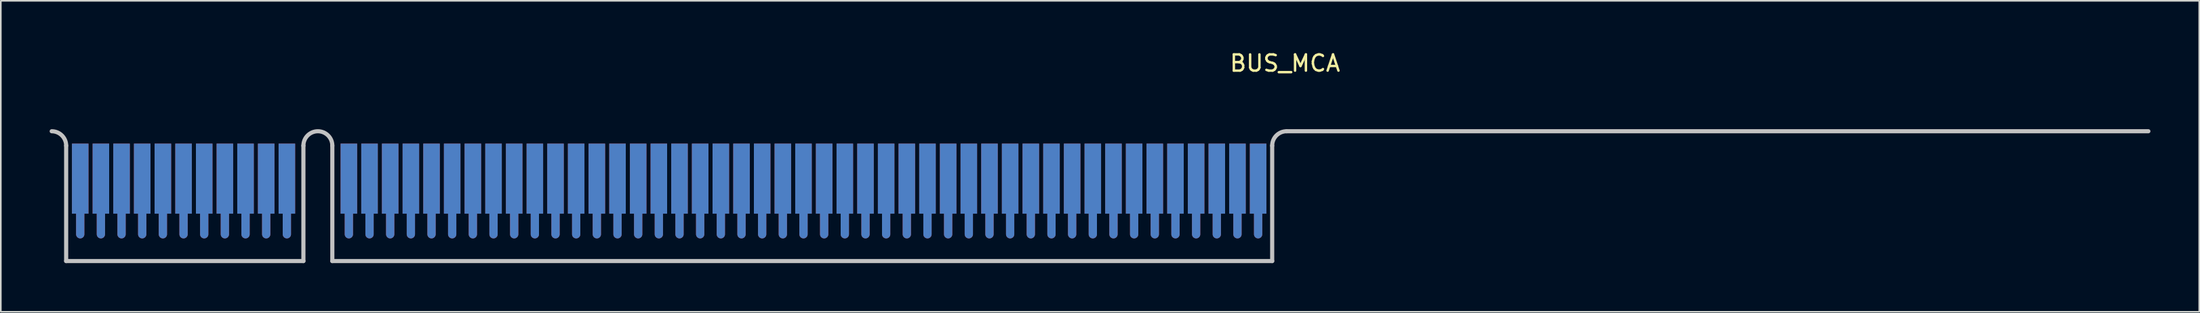
<source format=kicad_pcb>
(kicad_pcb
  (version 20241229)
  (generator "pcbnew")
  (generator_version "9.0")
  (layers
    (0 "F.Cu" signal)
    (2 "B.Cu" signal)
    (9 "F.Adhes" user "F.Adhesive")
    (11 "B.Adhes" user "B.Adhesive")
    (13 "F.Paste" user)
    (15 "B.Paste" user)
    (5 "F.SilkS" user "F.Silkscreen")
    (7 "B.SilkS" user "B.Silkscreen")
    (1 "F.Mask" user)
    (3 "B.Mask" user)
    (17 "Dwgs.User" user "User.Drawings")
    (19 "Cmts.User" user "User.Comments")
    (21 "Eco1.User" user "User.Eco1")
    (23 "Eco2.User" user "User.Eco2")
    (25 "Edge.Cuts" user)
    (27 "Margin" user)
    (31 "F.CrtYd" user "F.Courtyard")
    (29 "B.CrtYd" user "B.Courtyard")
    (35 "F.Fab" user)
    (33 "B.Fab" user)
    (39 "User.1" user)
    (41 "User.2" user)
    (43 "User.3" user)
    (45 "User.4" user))
  (footprint "BUS_MCA"
    (layer "F.Cu")
    (at 74.27 7.96)
    (property "Reference" "BUS_MCA" (at 1.651 -7.112 0) (layer "F.SilkS") (effects (font (size 1 1) (thickness 0.15))))
    (attr through_hole)
    (fp_line (start -72.39 0) (end -72.39 3.429) (stroke (width 0.508) (type solid)) (layer "F.Cu"))
    (fp_line (start -71.12 0) (end -71.12 3.429) (stroke (width 0.508) (type solid)) (layer "F.Cu"))
    (fp_line (start -69.85 0) (end -69.85 3.429) (stroke (width 0.508) (type solid)) (layer "F.Cu"))
    (fp_line (start -68.58 0) (end -68.58 3.429) (stroke (width 0.508) (type solid)) (layer "F.Cu"))
    (fp_line (start -67.31 0) (end -67.31 3.429) (stroke (width 0.508) (type solid)) (layer "F.Cu"))
    (fp_line (start -66.04 0) (end -66.04 3.429) (stroke (width 0.508) (type solid)) (layer "F.Cu"))
    (fp_line (start -64.77 0) (end -64.77 3.429) (stroke (width 0.508) (type solid)) (layer "F.Cu"))
    (fp_line (start -63.5 0) (end -63.5 3.429) (stroke (width 0.508) (type solid)) (layer "F.Cu"))
    (fp_line (start -62.23 0) (end -62.23 3.429) (stroke (width 0.508) (type solid)) (layer "F.Cu"))
    (fp_line (start -60.96 0) (end -60.96 3.429) (stroke (width 0.508) (type solid)) (layer "F.Cu"))
    (fp_line (start -59.69 0) (end -59.69 3.429) (stroke (width 0.508) (type solid)) (layer "F.Cu"))
    (fp_line (start -55.88 0) (end -55.88 3.429) (stroke (width 0.508) (type solid)) (layer "F.Cu"))
    (fp_line (start -54.61 0) (end -54.61 3.429) (stroke (width 0.508) (type solid)) (layer "F.Cu"))
    (fp_line (start -53.34 0) (end -53.34 3.429) (stroke (width 0.508) (type solid)) (layer "F.Cu"))
    (fp_line (start -52.07 0) (end -52.07 3.429) (stroke (width 0.508) (type solid)) (layer "F.Cu"))
    (fp_line (start -50.8 0) (end -50.8 3.429) (stroke (width 0.508) (type solid)) (layer "F.Cu"))
    (fp_line (start -49.53 0) (end -49.53 3.429) (stroke (width 0.508) (type solid)) (layer "F.Cu"))
    (fp_line (start -48.26 0) (end -48.26 3.429) (stroke (width 0.508) (type solid)) (layer "F.Cu"))
    (fp_line (start -46.99 0) (end -46.99 3.429) (stroke (width 0.508) (type solid)) (layer "F.Cu"))
    (fp_line (start -45.72 0) (end -45.72 3.429) (stroke (width 0.508) (type solid)) (layer "F.Cu"))
    (fp_line (start -44.45 0) (end -44.45 3.429) (stroke (width 0.508) (type solid)) (layer "F.Cu"))
    (fp_line (start -43.18 0) (end -43.18 3.429) (stroke (width 0.508) (type solid)) (layer "F.Cu"))
    (fp_line (start -41.91 0) (end -41.91 3.429) (stroke (width 0.508) (type solid)) (layer "F.Cu"))
    (fp_line (start -40.64 0) (end -40.64 3.429) (stroke (width 0.508) (type solid)) (layer "F.Cu"))
    (fp_line (start -39.37 0) (end -39.37 3.429) (stroke (width 0.508) (type solid)) (layer "F.Cu"))
    (fp_line (start -38.1 0) (end -38.1 3.429) (stroke (width 0.508) (type solid)) (layer "F.Cu"))
    (fp_line (start -36.83 0) (end -36.83 3.429) (stroke (width 0.508) (type solid)) (layer "F.Cu"))
    (fp_line (start -35.56 0) (end -35.56 3.429) (stroke (width 0.508) (type solid)) (layer "F.Cu"))
    (fp_line (start -34.29 0) (end -34.29 3.429) (stroke (width 0.508) (type solid)) (layer "F.Cu"))
    (fp_line (start -33.02 0) (end -33.02 3.429) (stroke (width 0.508) (type solid)) (layer "F.Cu"))
    (fp_line (start -31.75 0) (end -31.75 3.429) (stroke (width 0.508) (type solid)) (layer "F.Cu"))
    (fp_line (start -30.48 0) (end -30.48 3.429) (stroke (width 0.508) (type solid)) (layer "F.Cu"))
    (fp_line (start -29.21 0) (end -29.21 3.429) (stroke (width 0.508) (type solid)) (layer "F.Cu"))
    (fp_line (start -27.94 0) (end -27.94 3.429) (stroke (width 0.508) (type solid)) (layer "F.Cu"))
    (fp_line (start -26.67 0) (end -26.67 3.429) (stroke (width 0.508) (type solid)) (layer "F.Cu"))
    (fp_line (start -25.4 0) (end -25.4 3.429) (stroke (width 0.508) (type solid)) (layer "F.Cu"))
    (fp_line (start -24.13 0) (end -24.13 3.429) (stroke (width 0.508) (type solid)) (layer "F.Cu"))
    (fp_line (start -22.86 0) (end -22.86 3.429) (stroke (width 0.508) (type solid)) (layer "F.Cu"))
    (fp_line (start -21.59 0) (end -21.59 3.429) (stroke (width 0.508) (type solid)) (layer "F.Cu"))
    (fp_line (start -20.32 0) (end -20.32 3.429) (stroke (width 0.508) (type solid)) (layer "F.Cu"))
    (fp_line (start -19.05 0) (end -19.05 3.429) (stroke (width 0.508) (type solid)) (layer "F.Cu"))
    (fp_line (start -17.78 0) (end -17.78 3.429) (stroke (width 0.508) (type solid)) (layer "F.Cu"))
    (fp_line (start -16.51 0) (end -16.51 3.429) (stroke (width 0.508) (type solid)) (layer "F.Cu"))
    (fp_line (start -15.24 0) (end -15.24 3.429) (stroke (width 0.508) (type solid)) (layer "F.Cu"))
    (fp_line (start -13.97 0) (end -13.97 3.429) (stroke (width 0.508) (type solid)) (layer "F.Cu"))
    (fp_line (start -12.7 0) (end -12.7 3.429) (stroke (width 0.508) (type solid)) (layer "F.Cu"))
    (fp_line (start -11.43 0) (end -11.43 3.429) (stroke (width 0.508) (type solid)) (layer "F.Cu"))
    (fp_line (start -10.16 0) (end -10.16 3.429) (stroke (width 0.508) (type solid)) (layer "F.Cu"))
    (fp_line (start -8.89 0) (end -8.89 3.429) (stroke (width 0.508) (type solid)) (layer "F.Cu"))
    (fp_line (start -7.62 0) (end -7.62 3.429) (stroke (width 0.508) (type solid)) (layer "F.Cu"))
    (fp_line (start -6.35 0) (end -6.35 3.429) (stroke (width 0.508) (type solid)) (layer "F.Cu"))
    (fp_line (start -5.08 0) (end -5.08 3.429) (stroke (width 0.508) (type solid)) (layer "F.Cu"))
    (fp_line (start -3.81 0) (end -3.81 3.429) (stroke (width 0.508) (type solid)) (layer "F.Cu"))
    (fp_line (start -2.54 0) (end -2.54 3.429) (stroke (width 0.508) (type solid)) (layer "F.Cu"))
    (fp_line (start -1.27 0) (end -1.27 3.429) (stroke (width 0.508) (type solid)) (layer "F.Cu"))
    (fp_line (start 0 0) (end 0 3.429) (stroke (width 0.508) (type solid)) (layer "F.Cu"))
    (fp_line (start -72.39 0) (end -72.39 3.429) (stroke (width 0.508) (type solid)) (layer "B.Cu"))
    (fp_line (start -71.12 0) (end -71.12 3.429) (stroke (width 0.508) (type solid)) (layer "B.Cu"))
    (fp_line (start -69.85 0) (end -69.85 3.429) (stroke (width 0.508) (type solid)) (layer "B.Cu"))
    (fp_line (start -68.58 0) (end -68.58 3.429) (stroke (width 0.508) (type solid)) (layer "B.Cu"))
    (fp_line (start -67.31 0) (end -67.31 3.429) (stroke (width 0.508) (type solid)) (layer "B.Cu"))
    (fp_line (start -66.04 0) (end -66.04 3.429) (stroke (width 0.508) (type solid)) (layer "B.Cu"))
    (fp_line (start -64.77 0) (end -64.77 3.429) (stroke (width 0.508) (type solid)) (layer "B.Cu"))
    (fp_line (start -63.5 0) (end -63.5 3.429) (stroke (width 0.508) (type solid)) (layer "B.Cu"))
    (fp_line (start -62.23 0) (end -62.23 3.429) (stroke (width 0.508) (type solid)) (layer "B.Cu"))
    (fp_line (start -60.96 0) (end -60.96 3.429) (stroke (width 0.508) (type solid)) (layer "B.Cu"))
    (fp_line (start -59.69 0) (end -59.69 3.429) (stroke (width 0.508) (type solid)) (layer "B.Cu"))
    (fp_line (start -55.88 0) (end -55.88 3.429) (stroke (width 0.508) (type solid)) (layer "B.Cu"))
    (fp_line (start -54.61 0) (end -54.61 3.429) (stroke (width 0.508) (type solid)) (layer "B.Cu"))
    (fp_line (start -53.34 0) (end -53.34 3.429) (stroke (width 0.508) (type solid)) (layer "B.Cu"))
    (fp_line (start -52.07 0) (end -52.07 3.429) (stroke (width 0.508) (type solid)) (layer "B.Cu"))
    (fp_line (start -50.8 0) (end -50.8 3.429) (stroke (width 0.508) (type solid)) (layer "B.Cu"))
    (fp_line (start -49.53 0) (end -49.53 3.429) (stroke (width 0.508) (type solid)) (layer "B.Cu"))
    (fp_line (start -48.26 0) (end -48.26 3.429) (stroke (width 0.508) (type solid)) (layer "B.Cu"))
    (fp_line (start -46.99 0) (end -46.99 3.429) (stroke (width 0.508) (type solid)) (layer "B.Cu"))
    (fp_line (start -45.72 0) (end -45.72 3.429) (stroke (width 0.508) (type solid)) (layer "B.Cu"))
    (fp_line (start -44.45 0) (end -44.45 3.429) (stroke (width 0.508) (type solid)) (layer "B.Cu"))
    (fp_line (start -43.18 0) (end -43.18 3.429) (stroke (width 0.508) (type solid)) (layer "B.Cu"))
    (fp_line (start -41.91 0) (end -41.91 3.429) (stroke (width 0.508) (type solid)) (layer "B.Cu"))
    (fp_line (start -40.64 0) (end -40.64 3.429) (stroke (width 0.508) (type solid)) (layer "B.Cu"))
    (fp_line (start -39.37 0) (end -39.37 3.429) (stroke (width 0.508) (type solid)) (layer "B.Cu"))
    (fp_line (start -38.1 0) (end -38.1 3.429) (stroke (width 0.508) (type solid)) (layer "B.Cu"))
    (fp_line (start -36.83 0) (end -36.83 3.429) (stroke (width 0.508) (type solid)) (layer "B.Cu"))
    (fp_line (start -35.56 0) (end -35.56 3.429) (stroke (width 0.508) (type solid)) (layer "B.Cu"))
    (fp_line (start -34.29 0) (end -34.29 3.429) (stroke (width 0.508) (type solid)) (layer "B.Cu"))
    (fp_line (start -33.02 0) (end -33.02 3.429) (stroke (width 0.508) (type solid)) (layer "B.Cu"))
    (fp_line (start -31.75 0) (end -31.75 3.429) (stroke (width 0.508) (type solid)) (layer "B.Cu"))
    (fp_line (start -30.48 0) (end -30.48 3.429) (stroke (width 0.508) (type solid)) (layer "B.Cu"))
    (fp_line (start -29.21 0) (end -29.21 3.429) (stroke (width 0.508) (type solid)) (layer "B.Cu"))
    (fp_line (start -27.94 0) (end -27.94 3.429) (stroke (width 0.508) (type solid)) (layer "B.Cu"))
    (fp_line (start -26.67 0) (end -26.67 3.429) (stroke (width 0.508) (type solid)) (layer "B.Cu"))
    (fp_line (start -25.4 0) (end -25.4 3.429) (stroke (width 0.508) (type solid)) (layer "B.Cu"))
    (fp_line (start -24.13 0) (end -24.13 3.429) (stroke (width 0.508) (type solid)) (layer "B.Cu"))
    (fp_line (start -22.86 0) (end -22.86 3.429) (stroke (width 0.508) (type solid)) (layer "B.Cu"))
    (fp_line (start -21.59 0) (end -21.59 3.429) (stroke (width 0.508) (type solid)) (layer "B.Cu"))
    (fp_line (start -20.32 0) (end -20.32 3.429) (stroke (width 0.508) (type solid)) (layer "B.Cu"))
    (fp_line (start -19.05 0) (end -19.05 3.429) (stroke (width 0.508) (type solid)) (layer "B.Cu"))
    (fp_line (start -17.78 0) (end -17.78 3.429) (stroke (width 0.508) (type solid)) (layer "B.Cu"))
    (fp_line (start -16.51 0) (end -16.51 3.429) (stroke (width 0.508) (type solid)) (layer "B.Cu"))
    (fp_line (start -15.24 0) (end -15.24 3.429) (stroke (width 0.508) (type solid)) (layer "B.Cu"))
    (fp_line (start -13.97 0) (end -13.97 3.429) (stroke (width 0.508) (type solid)) (layer "B.Cu"))
    (fp_line (start -12.7 0) (end -12.7 3.429) (stroke (width 0.508) (type solid)) (layer "B.Cu"))
    (fp_line (start -11.43 0) (end -11.43 3.429) (stroke (width 0.508) (type solid)) (layer "B.Cu"))
    (fp_line (start -10.16 0) (end -10.16 3.429) (stroke (width 0.508) (type solid)) (layer "B.Cu"))
    (fp_line (start -8.89 0) (end -8.89 3.429) (stroke (width 0.508) (type solid)) (layer "B.Cu"))
    (fp_line (start -7.62 0) (end -7.62 3.429) (stroke (width 0.508) (type solid)) (layer "B.Cu"))
    (fp_line (start -6.35 0) (end -6.35 3.429) (stroke (width 0.508) (type solid)) (layer "B.Cu"))
    (fp_line (start -5.08 0) (end -5.08 3.429) (stroke (width 0.508) (type solid)) (layer "B.Cu"))
    (fp_line (start -3.81 0) (end -3.81 3.429) (stroke (width 0.508) (type solid)) (layer "B.Cu"))
    (fp_line (start -2.54 0) (end -2.54 3.429) (stroke (width 0.508) (type solid)) (layer "B.Cu"))
    (fp_line (start -1.27 0) (end -1.27 3.429) (stroke (width 0.508) (type solid)) (layer "B.Cu"))
    (fp_line (start 0 0) (end 0 3.429) (stroke (width 0.508) (type solid)) (layer "B.Cu"))
    (fp_line (start -73.254 -2.032) (end -73.254 5.08) (stroke (width 0.254) (type solid)) (layer "Dwgs.User"))
    (fp_line (start -58.674 -2.032) (end -58.674 5.08) (stroke (width 0.254) (type solid)) (layer "Dwgs.User"))
    (fp_line (start -58.674 5.08) (end -73.254 5.08) (stroke (width 0.254) (type solid)) (layer "Dwgs.User"))
    (fp_line (start -56.896 -2.032) (end -56.896 5.08) (stroke (width 0.254) (type solid)) (layer "Dwgs.User"))
    (fp_line (start 0.864 -2.032) (end 0.864 5.08) (stroke (width 0.254) (type solid)) (layer "Dwgs.User"))
    (fp_line (start 0.864 5.08) (end -56.896 5.08) (stroke (width 0.254) (type solid)) (layer "Dwgs.User"))
    (fp_line (start 1.753 -2.921) (end 54.712 -2.921) (stroke (width 0.254) (type solid)) (layer "Dwgs.User"))
    (fp_arc (start -74.1426 -2.921) (mid -73.513982 -2.660618) (end -73.2536 -2.032) (stroke (width 0.254) (type solid)) (layer "Dwgs.User"))
    (fp_arc (start -58.674 -2.032) (mid -57.785 -2.921) (end -56.896 -2.032) (stroke (width 0.254) (type solid)) (layer "Dwgs.User"))
    (fp_arc (start 0.8636 -2.032) (mid 1.123434 -2.660069) (end 1.751048 -2.920999) (stroke (width 0.254) (type solid)) (layer "Dwgs.User"))
    (pad "A1" smd rect (at 0 0) (size 1.016 4.318) (layers "F.Cu" "F.Mask" "F.Paste"))
    (pad "A2" smd rect (at -1.27 0) (size 1.016 4.318) (layers "F.Cu" "F.Mask" "F.Paste"))
    (pad "A3" smd rect (at -2.54 0) (size 1.016 4.318) (layers "F.Cu" "F.Mask" "F.Paste"))
    (pad "A4" smd rect (at -3.81 0) (size 1.016 4.318) (layers "F.Cu" "F.Mask" "F.Paste"))
    (pad "A5" smd rect (at -5.08 0) (size 1.016 4.318) (layers "F.Cu" "F.Mask" "F.Paste"))
    (pad "A6" smd rect (at -6.35 0) (size 1.016 4.318) (layers "F.Cu" "F.Mask" "F.Paste"))
    (pad "A7" smd rect (at -7.62 0) (size 1.016 4.318) (layers "F.Cu" "F.Mask" "F.Paste"))
    (pad "A8" smd rect (at -8.89 0) (size 1.016 4.318) (layers "F.Cu" "F.Mask" "F.Paste"))
    (pad "A9" smd rect (at -10.16 0) (size 1.016 4.318) (layers "F.Cu" "F.Mask" "F.Paste"))
    (pad "A10" smd rect (at -11.43 0) (size 1.016 4.318) (layers "F.Cu" "F.Mask" "F.Paste"))
    (pad "A11" smd rect (at -12.7 0) (size 1.016 4.318) (layers "F.Cu" "F.Mask" "F.Paste"))
    (pad "A12" smd rect (at -13.97 0) (size 1.016 4.318) (layers "F.Cu" "F.Mask" "F.Paste"))
    (pad "A13" smd rect (at -15.24 0) (size 1.016 4.318) (layers "F.Cu" "F.Mask" "F.Paste"))
    (pad "A14" smd rect (at -16.51 0) (size 1.016 4.318) (layers "F.Cu" "F.Mask" "F.Paste"))
    (pad "A15" smd rect (at -17.78 0) (size 1.016 4.318) (layers "F.Cu" "F.Mask" "F.Paste"))
    (pad "A16" smd rect (at -19.05 0) (size 1.016 4.318) (layers "F.Cu" "F.Mask" "F.Paste"))
    (pad "A17" smd rect (at -20.32 0) (size 1.016 4.318) (layers "F.Cu" "F.Mask" "F.Paste"))
    (pad "A18" smd rect (at -21.59 0) (size 1.016 4.318) (layers "F.Cu" "F.Mask" "F.Paste"))
    (pad "A19" smd rect (at -22.86 0) (size 1.016 4.318) (layers "F.Cu" "F.Mask" "F.Paste"))
    (pad "A20" smd rect (at -24.13 0) (size 1.016 4.318) (layers "F.Cu" "F.Mask" "F.Paste"))
    (pad "A21" smd rect (at -25.4 0) (size 1.016 4.318) (layers "F.Cu" "F.Mask" "F.Paste"))
    (pad "A22" smd rect (at -26.67 0) (size 1.016 4.318) (layers "F.Cu" "F.Mask" "F.Paste"))
    (pad "A23" smd rect (at -27.94 0) (size 1.016 4.318) (layers "F.Cu" "F.Mask" "F.Paste"))
    (pad "A24" smd rect (at -29.21 0) (size 1.016 4.318) (layers "F.Cu" "F.Mask" "F.Paste"))
    (pad "A25" smd rect (at -30.48 0) (size 1.016 4.318) (layers "F.Cu" "F.Mask" "F.Paste"))
    (pad "A26" smd rect (at -31.75 0) (size 1.016 4.318) (layers "F.Cu" "F.Mask" "F.Paste"))
    (pad "A27" smd rect (at -33.02 0) (size 1.016 4.318) (layers "F.Cu" "F.Mask" "F.Paste"))
    (pad "A28" smd rect (at -34.29 0) (size 1.016 4.318) (layers "F.Cu" "F.Mask" "F.Paste"))
    (pad "A29" smd rect (at -35.56 0) (size 1.016 4.318) (layers "F.Cu" "F.Mask" "F.Paste"))
    (pad "A30" smd rect (at -36.83 0) (size 1.016 4.318) (layers "F.Cu" "F.Mask" "F.Paste"))
    (pad "A31" smd rect (at -38.1 0) (size 1.016 4.318) (layers "F.Cu" "F.Mask" "F.Paste"))
    (pad "A32" smd rect (at -39.37 0) (size 1.016 4.318) (layers "F.Cu" "F.Mask" "F.Paste"))
    (pad "A33" smd rect (at -40.64 0) (size 1.016 4.318) (layers "F.Cu" "F.Mask" "F.Paste"))
    (pad "A34" smd rect (at -41.91 0) (size 1.016 4.318) (layers "F.Cu" "F.Mask" "F.Paste"))
    (pad "A35" smd rect (at -43.18 0) (size 1.016 4.318) (layers "F.Cu" "F.Mask" "F.Paste"))
    (pad "A36" smd rect (at -44.45 0) (size 1.016 4.318) (layers "F.Cu" "F.Mask" "F.Paste"))
    (pad "A37" smd rect (at -45.72 0) (size 1.016 4.318) (layers "F.Cu" "F.Mask" "F.Paste"))
    (pad "A38" smd rect (at -46.99 0) (size 1.016 4.318) (layers "F.Cu" "F.Mask" "F.Paste"))
    (pad "A39" smd rect (at -48.26 0) (size 1.016 4.318) (layers "F.Cu" "F.Mask" "F.Paste"))
    (pad "A40" smd rect (at -49.53 0) (size 1.016 4.318) (layers "F.Cu" "F.Mask" "F.Paste"))
    (pad "A41" smd rect (at -50.8 0) (size 1.016 4.318) (layers "F.Cu" "F.Mask" "F.Paste"))
    (pad "A42" smd rect (at -52.07 0) (size 1.016 4.318) (layers "F.Cu" "F.Mask" "F.Paste"))
    (pad "A43" smd rect (at -53.34 0) (size 1.016 4.318) (layers "F.Cu" "F.Mask" "F.Paste"))
    (pad "A44" smd rect (at -54.61 0) (size 1.016 4.318) (layers "F.Cu" "F.Mask" "F.Paste"))
    (pad "A45" smd rect (at -55.88 0) (size 1.016 4.318) (layers "F.Cu" "F.Mask" "F.Paste"))
    (pad "A48" smd rect (at -59.69 0) (size 1.016 4.318) (layers "F.Cu" "F.Mask" "F.Paste"))
    (pad "A49" smd rect (at -60.96 0) (size 1.016 4.318) (layers "F.Cu" "F.Mask" "F.Paste"))
    (pad "A50" smd rect (at -62.23 0) (size 1.016 4.318) (layers "F.Cu" "F.Mask" "F.Paste"))
    (pad "A51" smd rect (at -63.5 0) (size 1.016 4.318) (layers "F.Cu" "F.Mask" "F.Paste"))
    (pad "A52" smd rect (at -64.77 0) (size 1.016 4.318) (layers "F.Cu" "F.Mask" "F.Paste"))
    (pad "A53" smd rect (at -66.04 0) (size 1.016 4.318) (layers "F.Cu" "F.Mask" "F.Paste"))
    (pad "A54" smd rect (at -67.31 0) (size 1.016 4.318) (layers "F.Cu" "F.Mask" "F.Paste"))
    (pad "A55" smd rect (at -68.58 0) (size 1.016 4.318) (layers "F.Cu" "F.Mask" "F.Paste"))
    (pad "A56" smd rect (at -69.85 0) (size 1.016 4.318) (layers "F.Cu" "F.Mask" "F.Paste"))
    (pad "A57" smd rect (at -71.12 0) (size 1.016 4.318) (layers "F.Cu" "F.Mask" "F.Paste"))
    (pad "A58" smd rect (at -72.39 0) (size 1.016 4.318) (layers "F.Cu" "F.Mask" "F.Paste"))
    (pad "B1" smd rect (at 0 0) (size 1.016 4.318) (layers "B.Cu" "B.Mask" "B.Paste"))
    (pad "B2" smd rect (at -1.27 0) (size 1.016 4.318) (layers "B.Cu" "B.Mask" "B.Paste"))
    (pad "B3" smd rect (at -2.54 0) (size 1.016 4.318) (layers "B.Cu" "B.Mask" "B.Paste"))
    (pad "B4" smd rect (at -3.81 0) (size 1.016 4.318) (layers "B.Cu" "B.Mask" "B.Paste"))
    (pad "B5" smd rect (at -5.08 0) (size 1.016 4.318) (layers "B.Cu" "B.Mask" "B.Paste"))
    (pad "B6" smd rect (at -6.35 0) (size 1.016 4.318) (layers "B.Cu" "B.Mask" "B.Paste"))
    (pad "B7" smd rect (at -7.62 0) (size 1.016 4.318) (layers "B.Cu" "B.Mask" "B.Paste"))
    (pad "B8" smd rect (at -8.89 0) (size 1.016 4.318) (layers "B.Cu" "B.Mask" "B.Paste"))
    (pad "B9" smd rect (at -10.16 0) (size 1.016 4.318) (layers "B.Cu" "B.Mask" "B.Paste"))
    (pad "B10" smd rect (at -11.43 0) (size 1.016 4.318) (layers "B.Cu" "B.Mask" "B.Paste"))
    (pad "B11" smd rect (at -12.7 0) (size 1.016 4.318) (layers "B.Cu" "B.Mask" "B.Paste"))
    (pad "B12" smd rect (at -13.97 0) (size 1.016 4.318) (layers "B.Cu" "B.Mask" "B.Paste"))
    (pad "B13" smd rect (at -15.24 0) (size 1.016 4.318) (layers "B.Cu" "B.Mask" "B.Paste"))
    (pad "B14" smd rect (at -16.51 0) (size 1.016 4.318) (layers "B.Cu" "B.Mask" "B.Paste"))
    (pad "B15" smd rect (at -17.78 0) (size 1.016 4.318) (layers "B.Cu" "B.Mask" "B.Paste"))
    (pad "B16" smd rect (at -19.05 0) (size 1.016 4.318) (layers "B.Cu" "B.Mask" "B.Paste"))
    (pad "B17" smd rect (at -20.32 0) (size 1.016 4.318) (layers "B.Cu" "B.Mask" "B.Paste"))
    (pad "B18" smd rect (at -21.59 0) (size 1.016 4.318) (layers "B.Cu" "B.Mask" "B.Paste"))
    (pad "B19" smd rect (at -22.86 0) (size 1.016 4.318) (layers "B.Cu" "B.Mask" "B.Paste"))
    (pad "B20" smd rect (at -24.13 0) (size 1.016 4.318) (layers "B.Cu" "B.Mask" "B.Paste"))
    (pad "B21" smd rect (at -25.4 0) (size 1.016 4.318) (layers "B.Cu" "B.Mask" "B.Paste"))
    (pad "B22" smd rect (at -26.67 0) (size 1.016 4.318) (layers "B.Cu" "B.Mask" "B.Paste"))
    (pad "B23" smd rect (at -27.94 0) (size 1.016 4.318) (layers "B.Cu" "B.Mask" "B.Paste"))
    (pad "B24" smd rect (at -29.21 0) (size 1.016 4.318) (layers "B.Cu" "B.Mask" "B.Paste"))
    (pad "B25" smd rect (at -30.48 0) (size 1.016 4.318) (layers "B.Cu" "B.Mask" "B.Paste"))
    (pad "B26" smd rect (at -31.75 0) (size 1.016 4.318) (layers "B.Cu" "B.Mask" "B.Paste"))
    (pad "B27" smd rect (at -33.02 0) (size 1.016 4.318) (layers "B.Cu" "B.Mask" "B.Paste"))
    (pad "B28" smd rect (at -34.29 0) (size 1.016 4.318) (layers "B.Cu" "B.Mask" "B.Paste"))
    (pad "B29" smd rect (at -35.56 0) (size 1.016 4.318) (layers "B.Cu" "B.Mask" "B.Paste"))
    (pad "B30" smd rect (at -36.83 0) (size 1.016 4.318) (layers "B.Cu" "B.Mask" "B.Paste"))
    (pad "B31" smd rect (at -38.1 0) (size 1.016 4.318) (layers "B.Cu" "B.Mask" "B.Paste"))
    (pad "B32" smd rect (at -39.37 0) (size 1.016 4.318) (layers "B.Cu" "B.Mask" "B.Paste"))
    (pad "B33" smd rect (at -40.64 0) (size 1.016 4.318) (layers "B.Cu" "B.Mask" "B.Paste"))
    (pad "B34" smd rect (at -41.91 0) (size 1.016 4.318) (layers "B.Cu" "B.Mask" "B.Paste"))
    (pad "B35" smd rect (at -43.18 0) (size 1.016 4.318) (layers "B.Cu" "B.Mask" "B.Paste"))
    (pad "B36" smd rect (at -44.45 0) (size 1.016 4.318) (layers "B.Cu" "B.Mask" "B.Paste"))
    (pad "B37" smd rect (at -45.72 0) (size 1.016 4.318) (layers "B.Cu" "B.Mask" "B.Paste"))
    (pad "B38" smd rect (at -46.99 0) (size 1.016 4.318) (layers "B.Cu" "B.Mask" "B.Paste"))
    (pad "B39" smd rect (at -48.26 0) (size 1.016 4.318) (layers "B.Cu" "B.Mask" "B.Paste"))
    (pad "B40" smd rect (at -49.53 0) (size 1.016 4.318) (layers "B.Cu" "B.Mask" "B.Paste"))
    (pad "B41" smd rect (at -50.8 0) (size 1.016 4.318) (layers "B.Cu" "B.Mask" "B.Paste"))
    (pad "B42" smd rect (at -52.07 0) (size 1.016 4.318) (layers "B.Cu" "B.Mask" "B.Paste"))
    (pad "B43" smd rect (at -53.34 0) (size 1.016 4.318) (layers "B.Cu" "B.Mask" "B.Paste"))
    (pad "B44" smd rect (at -54.61 0) (size 1.016 4.318) (layers "B.Cu" "B.Mask" "B.Paste"))
    (pad "B45" smd rect (at -55.88 0) (size 1.016 4.318) (layers "B.Cu" "B.Mask" "B.Paste"))
    (pad "B48" smd rect (at -59.69 0) (size 1.016 4.318) (layers "B.Cu" "B.Mask" "B.Paste"))
    (pad "B49" smd rect (at -60.96 0) (size 1.016 4.318) (layers "B.Cu" "B.Mask" "B.Paste"))
    (pad "B50" smd rect (at -62.23 0) (size 1.016 4.318) (layers "B.Cu" "B.Mask" "B.Paste"))
    (pad "B51" smd rect (at -63.5 0) (size 1.016 4.318) (layers "B.Cu" "B.Mask" "B.Paste"))
    (pad "B52" smd rect (at -64.77 0) (size 1.016 4.318) (layers "B.Cu" "B.Mask" "B.Paste"))
    (pad "B53" smd rect (at -66.04 0) (size 1.016 4.318) (layers "B.Cu" "B.Mask" "B.Paste"))
    (pad "B54" smd rect (at -67.31 0) (size 1.016 4.318) (layers "B.Cu" "B.Mask" "B.Paste"))
    (pad "B55" smd rect (at -68.58 0) (size 1.016 4.318) (layers "B.Cu" "B.Mask" "B.Paste"))
    (pad "B56" smd rect (at -69.85 0) (size 1.016 4.318) (layers "B.Cu" "B.Mask" "B.Paste"))
    (pad "B57" smd rect (at -71.12 0) (size 1.016 4.318) (layers "B.Cu" "B.Mask" "B.Paste"))
    (pad "B58" smd rect (at -72.39 0) (size 1.016 4.318) (layers "B.Cu" "B.Mask" "B.Paste")))
  (gr_rect
    (start -3 -3)
    (end 132.108 16.167)
    (stroke (width 0.1) (type default))
    (fill no)
    (layer "Edge.Cuts")))
</source>
